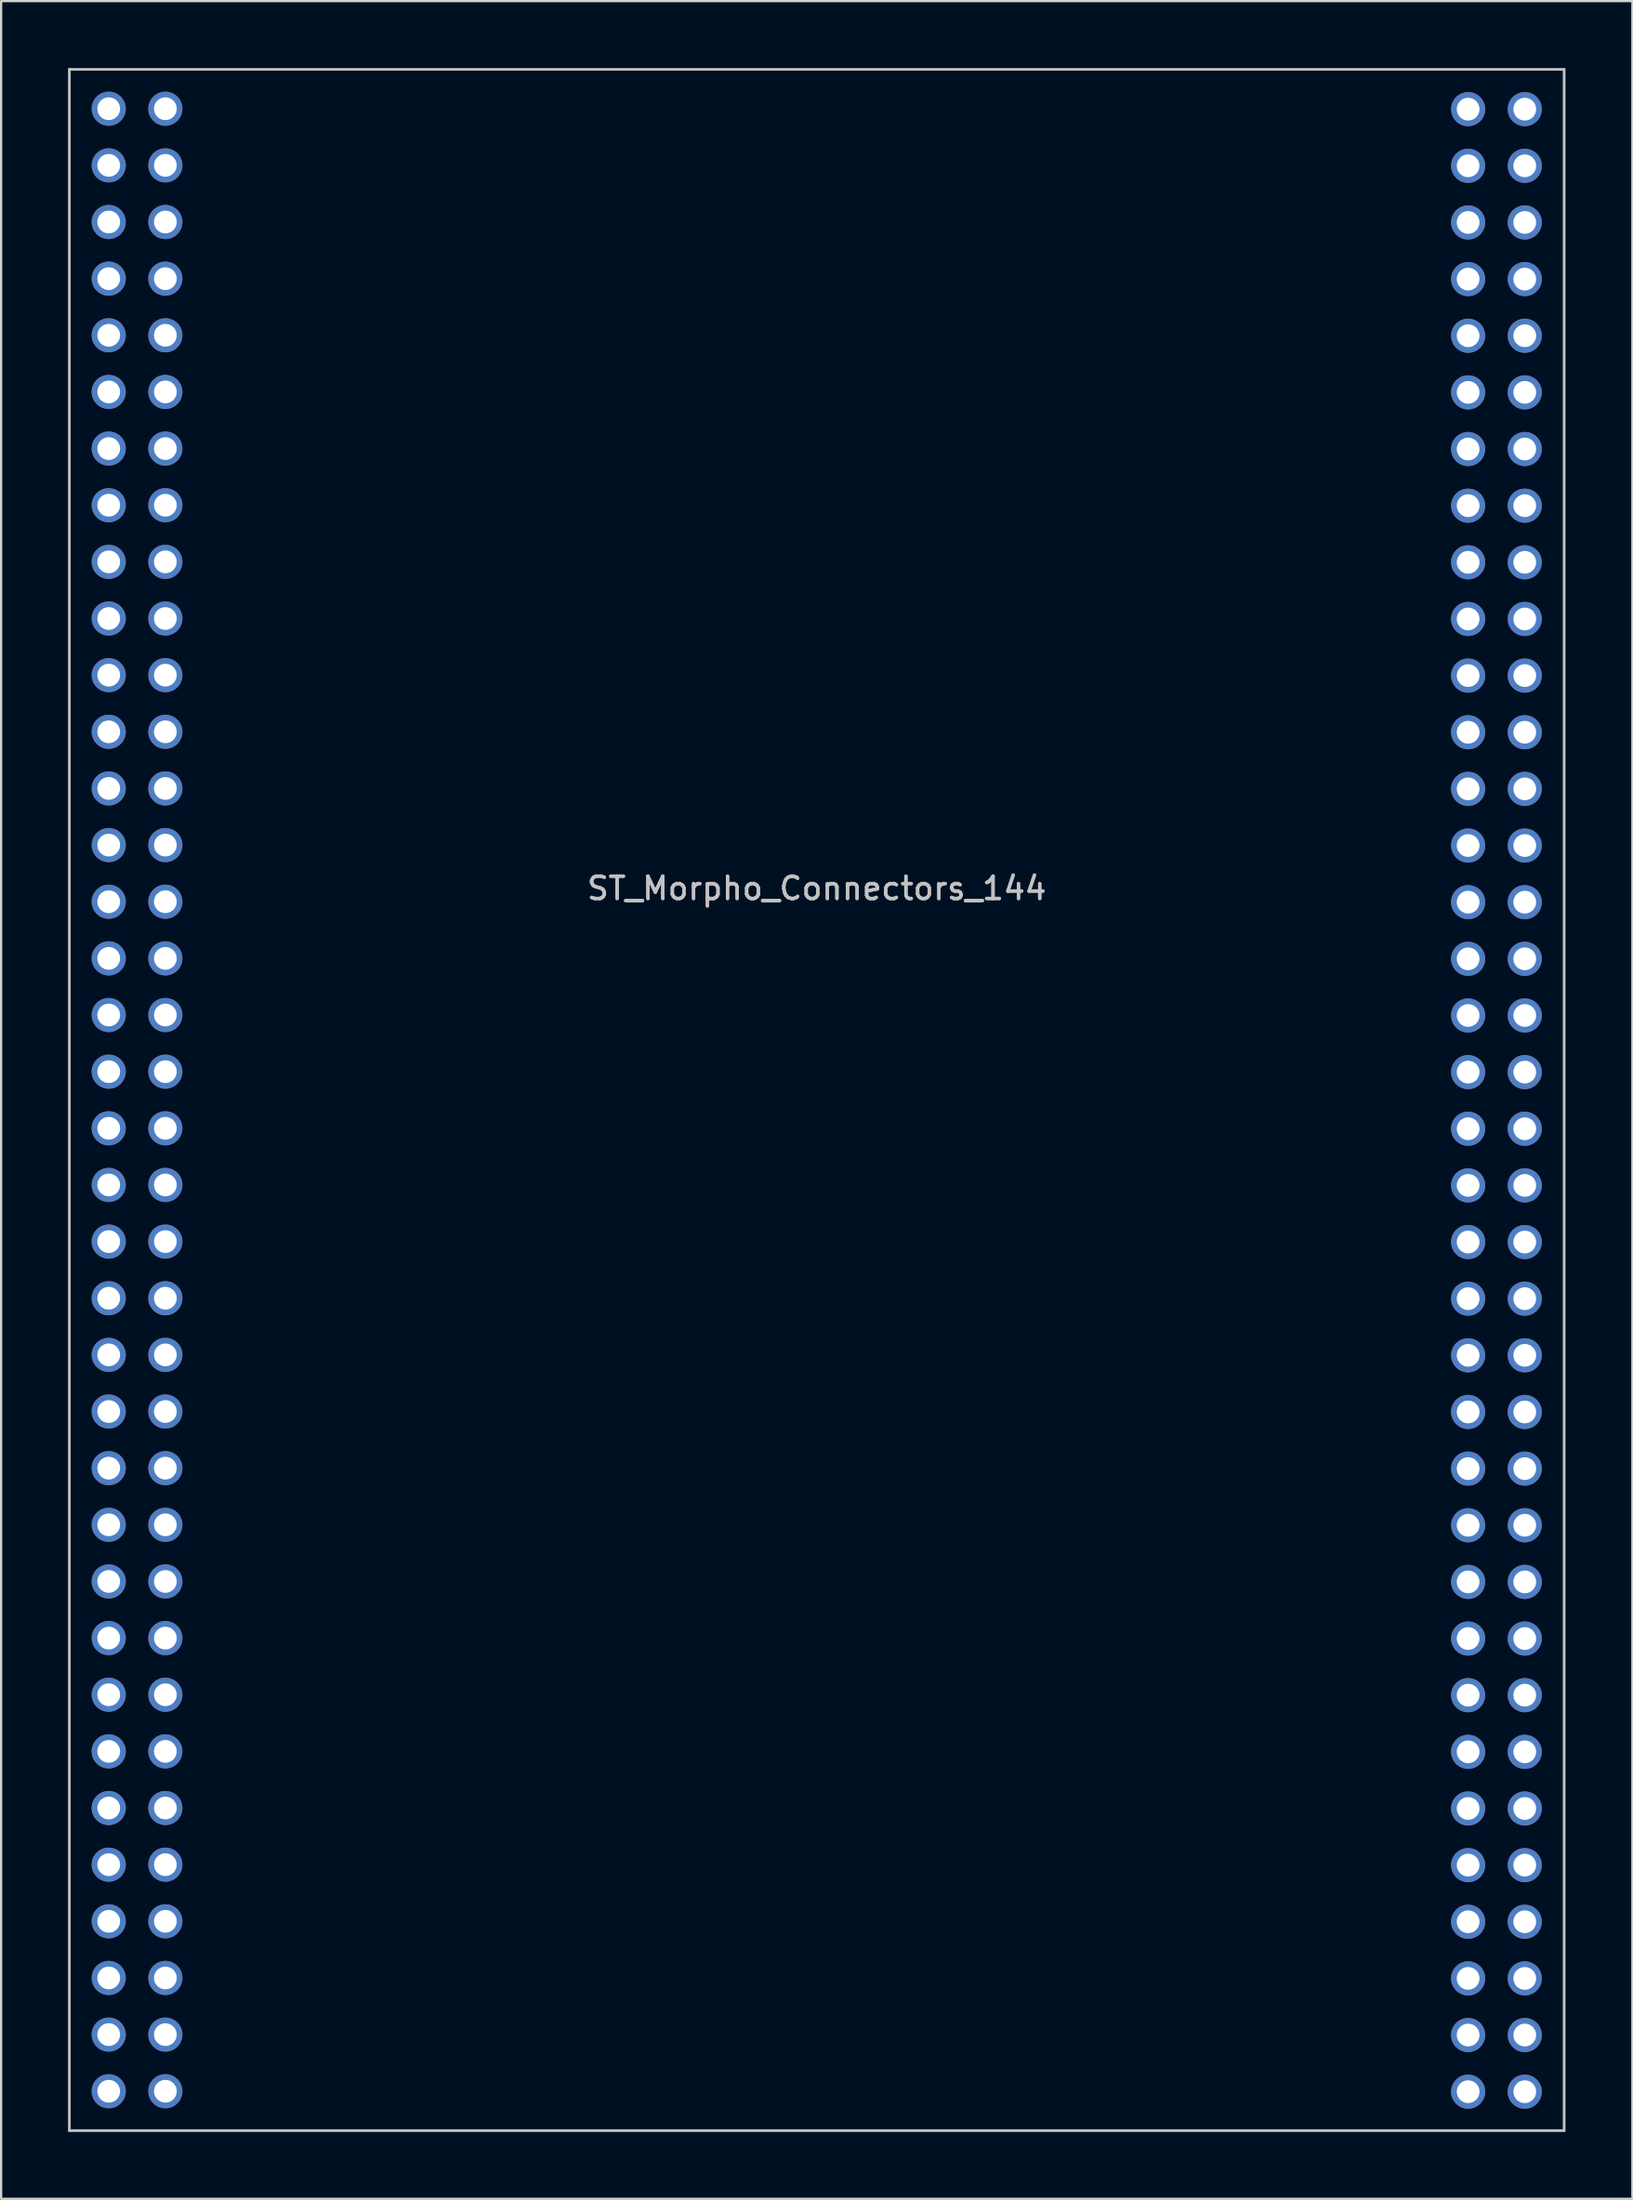
<source format=kicad_pcb>
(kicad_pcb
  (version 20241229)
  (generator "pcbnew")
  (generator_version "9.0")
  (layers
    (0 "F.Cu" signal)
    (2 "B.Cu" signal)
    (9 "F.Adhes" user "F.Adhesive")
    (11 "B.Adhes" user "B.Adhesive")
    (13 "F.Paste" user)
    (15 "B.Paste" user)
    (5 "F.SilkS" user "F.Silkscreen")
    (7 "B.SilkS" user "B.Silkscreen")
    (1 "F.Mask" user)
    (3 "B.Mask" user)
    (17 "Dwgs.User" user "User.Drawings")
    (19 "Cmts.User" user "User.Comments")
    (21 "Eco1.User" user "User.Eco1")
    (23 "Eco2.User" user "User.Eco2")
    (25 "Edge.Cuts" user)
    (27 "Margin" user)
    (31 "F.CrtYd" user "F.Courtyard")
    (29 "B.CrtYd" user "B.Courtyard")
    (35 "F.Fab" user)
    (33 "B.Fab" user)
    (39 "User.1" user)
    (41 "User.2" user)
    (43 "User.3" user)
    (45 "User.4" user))
  (footprint "ST_Morpho_Connectors_144"
    (layer "F.Cu")
    (at 33.62 36.65)
    (property "Reference" "ST_Morpho_Connectors_144" (at -0.045 0.13 0) (layer "Dwgs.User") (effects (font (size 1 1) (thickness 0.15))))
    (attr through_hole)
    (fp_line (start -33.56 -36.59) (end -33.56 55.84) (stroke (width 0.12) (type solid)) (layer "Dwgs.User"))
    (fp_line (start -33.56 -36.59) (end 33.47 -36.59) (stroke (width 0.12) (type solid)) (layer "Dwgs.User"))
    (fp_line (start -33.56 55.84) (end 33.47 55.84) (stroke (width 0.12) (type solid)) (layer "Dwgs.User"))
    (fp_line (start 33.47 -36.59) (end 33.47 55.84) (stroke (width 0.12) (type solid)) (layer "Dwgs.User"))
    (fp_text user "${REFERENCE}" (at -0.045 0.14 0) (layer "F.Fab") (effects (font (size 1 1) (thickness 0.15))))
    (pad "1" thru_hole circle (at -31.795 -34.825) (size 1.53 1.53) (drill 1.02) (layers "*.Cu" "*.Mask"))
    (pad "2" thru_hole circle (at -29.255 -34.825) (size 1.53 1.53) (drill 1.02) (layers "*.Cu" "*.Mask"))
    (pad "3" thru_hole circle (at -31.795 -32.285) (size 1.53 1.53) (drill 1.02) (layers "*.Cu" "*.Mask"))
    (pad "4" thru_hole circle (at -29.255 -32.285) (size 1.53 1.53) (drill 1.02) (layers "*.Cu" "*.Mask"))
    (pad "5" thru_hole circle (at -31.795 -29.745) (size 1.53 1.53) (drill 1.02) (layers "*.Cu" "*.Mask"))
    (pad "6" thru_hole circle (at -29.255 -29.745) (size 1.53 1.53) (drill 1.02) (layers "*.Cu" "*.Mask"))
    (pad "7" thru_hole circle (at -31.795 -27.205) (size 1.53 1.53) (drill 1.02) (layers "*.Cu" "*.Mask"))
    (pad "8" thru_hole circle (at -29.255 -27.205) (size 1.53 1.53) (drill 1.02) (layers "*.Cu" "*.Mask"))
    (pad "9" thru_hole circle (at -31.795 -24.665) (size 1.53 1.53) (drill 1.02) (layers "*.Cu" "*.Mask"))
    (pad "10" thru_hole circle (at -29.255 -24.665) (size 1.53 1.53) (drill 1.02) (layers "*.Cu" "*.Mask"))
    (pad "11" thru_hole circle (at -31.795 -22.125) (size 1.53 1.53) (drill 1.02) (layers "*.Cu" "*.Mask"))
    (pad "12" thru_hole circle (at -29.255 -22.125) (size 1.53 1.53) (drill 1.02) (layers "*.Cu" "*.Mask"))
    (pad "13" thru_hole circle (at -31.795 -19.585) (size 1.53 1.53) (drill 1.02) (layers "*.Cu" "*.Mask"))
    (pad "14" thru_hole circle (at -29.255 -19.585) (size 1.53 1.53) (drill 1.02) (layers "*.Cu" "*.Mask"))
    (pad "15" thru_hole circle (at -31.795 -17.045) (size 1.53 1.53) (drill 1.02) (layers "*.Cu" "*.Mask"))
    (pad "16" thru_hole circle (at -29.255 -17.045) (size 1.53 1.53) (drill 1.02) (layers "*.Cu" "*.Mask"))
    (pad "17" thru_hole circle (at -31.795 -14.505) (size 1.53 1.53) (drill 1.02) (layers "*.Cu" "*.Mask"))
    (pad "18" thru_hole circle (at -29.255 -14.505) (size 1.53 1.53) (drill 1.02) (layers "*.Cu" "*.Mask"))
    (pad "19" thru_hole circle (at -31.795 -11.965) (size 1.53 1.53) (drill 1.02) (layers "*.Cu" "*.Mask"))
    (pad "20" thru_hole circle (at -29.255 -11.965) (size 1.53 1.53) (drill 1.02) (layers "*.Cu" "*.Mask"))
    (pad "21" thru_hole circle (at -31.795 -9.425) (size 1.53 1.53) (drill 1.02) (layers "*.Cu" "*.Mask"))
    (pad "22" thru_hole circle (at -29.255 -9.425) (size 1.53 1.53) (drill 1.02) (layers "*.Cu" "*.Mask"))
    (pad "23" thru_hole circle (at -31.795 -6.885) (size 1.53 1.53) (drill 1.02) (layers "*.Cu" "*.Mask"))
    (pad "24" thru_hole circle (at -29.255 -6.885) (size 1.53 1.53) (drill 1.02) (layers "*.Cu" "*.Mask"))
    (pad "25" thru_hole circle (at -31.795 -4.345) (size 1.53 1.53) (drill 1.02) (layers "*.Cu" "*.Mask"))
    (pad "26" thru_hole circle (at -29.255 -4.345) (size 1.53 1.53) (drill 1.02) (layers "*.Cu" "*.Mask"))
    (pad "27" thru_hole circle (at -31.795 -1.805) (size 1.53 1.53) (drill 1.02) (layers "*.Cu" "*.Mask"))
    (pad "28" thru_hole circle (at -29.255 -1.805) (size 1.53 1.53) (drill 1.02) (layers "*.Cu" "*.Mask"))
    (pad "29" thru_hole circle (at -31.795 0.735) (size 1.53 1.53) (drill 1.02) (layers "*.Cu" "*.Mask"))
    (pad "30" thru_hole circle (at -29.255 0.735) (size 1.53 1.53) (drill 1.02) (layers "*.Cu" "*.Mask"))
    (pad "31" thru_hole circle (at -31.795 3.275) (size 1.53 1.53) (drill 1.02) (layers "*.Cu" "*.Mask"))
    (pad "32" thru_hole circle (at -29.255 3.275) (size 1.53 1.53) (drill 1.02) (layers "*.Cu" "*.Mask"))
    (pad "33" thru_hole circle (at -31.795 5.815) (size 1.53 1.53) (drill 1.02) (layers "*.Cu" "*.Mask"))
    (pad "34" thru_hole circle (at -29.255 5.815) (size 1.53 1.53) (drill 1.02) (layers "*.Cu" "*.Mask"))
    (pad "35" thru_hole circle (at -31.795 8.355) (size 1.53 1.53) (drill 1.02) (layers "*.Cu" "*.Mask"))
    (pad "36" thru_hole circle (at -29.255 8.355) (size 1.53 1.53) (drill 1.02) (layers "*.Cu" "*.Mask"))
    (pad "37" thru_hole circle (at -31.795 10.895) (size 1.53 1.53) (drill 1.02) (layers "*.Cu" "*.Mask"))
    (pad "38" thru_hole circle (at -29.255 10.895) (size 1.53 1.53) (drill 1.02) (layers "*.Cu" "*.Mask"))
    (pad "39" thru_hole circle (at -31.795 13.435) (size 1.53 1.53) (drill 1.02) (layers "*.Cu" "*.Mask"))
    (pad "40" thru_hole circle (at -29.255 13.435) (size 1.53 1.53) (drill 1.02) (layers "*.Cu" "*.Mask"))
    (pad "41" thru_hole circle (at -31.795 15.975) (size 1.53 1.53) (drill 1.02) (layers "*.Cu" "*.Mask"))
    (pad "42" thru_hole circle (at -29.255 15.975) (size 1.53 1.53) (drill 1.02) (layers "*.Cu" "*.Mask"))
    (pad "43" thru_hole circle (at -31.795 18.515) (size 1.53 1.53) (drill 1.02) (layers "*.Cu" "*.Mask"))
    (pad "44" thru_hole circle (at -29.255 18.515) (size 1.53 1.53) (drill 1.02) (layers "*.Cu" "*.Mask"))
    (pad "45" thru_hole circle (at -31.795 21.055) (size 1.53 1.53) (drill 1.02) (layers "*.Cu" "*.Mask"))
    (pad "46" thru_hole circle (at -29.255 21.055) (size 1.53 1.53) (drill 1.02) (layers "*.Cu" "*.Mask"))
    (pad "47" thru_hole circle (at -31.795 23.595) (size 1.53 1.53) (drill 1.02) (layers "*.Cu" "*.Mask"))
    (pad "48" thru_hole circle (at -29.255 23.595) (size 1.53 1.53) (drill 1.02) (layers "*.Cu" "*.Mask"))
    (pad "49" thru_hole circle (at -31.795 26.135) (size 1.53 1.53) (drill 1.02) (layers "*.Cu" "*.Mask"))
    (pad "50" thru_hole circle (at -29.255 26.135) (size 1.53 1.53) (drill 1.02) (layers "*.Cu" "*.Mask"))
    (pad "51" thru_hole circle (at -31.795 28.675) (size 1.53 1.53) (drill 1.02) (layers "*.Cu" "*.Mask"))
    (pad "52" thru_hole circle (at -29.255 28.675) (size 1.53 1.53) (drill 1.02) (layers "*.Cu" "*.Mask"))
    (pad "53" thru_hole circle (at -31.795 31.215) (size 1.53 1.53) (drill 1.02) (layers "*.Cu" "*.Mask"))
    (pad "54" thru_hole circle (at -29.255 31.215) (size 1.53 1.53) (drill 1.02) (layers "*.Cu" "*.Mask"))
    (pad "55" thru_hole circle (at -31.795 33.755) (size 1.53 1.53) (drill 1.02) (layers "*.Cu" "*.Mask"))
    (pad "56" thru_hole circle (at -29.255 33.755) (size 1.53 1.53) (drill 1.02) (layers "*.Cu" "*.Mask"))
    (pad "57" thru_hole circle (at -31.795 36.295) (size 1.53 1.53) (drill 1.02) (layers "*.Cu" "*.Mask"))
    (pad "58" thru_hole circle (at -29.255 36.295) (size 1.53 1.53) (drill 1.02) (layers "*.Cu" "*.Mask"))
    (pad "59" thru_hole circle (at -31.795 38.835) (size 1.53 1.53) (drill 1.02) (layers "*.Cu" "*.Mask"))
    (pad "60" thru_hole circle (at -29.255 38.835) (size 1.53 1.53) (drill 1.02) (layers "*.Cu" "*.Mask"))
    (pad "61" thru_hole circle (at -31.795 41.375) (size 1.53 1.53) (drill 1.02) (layers "*.Cu" "*.Mask"))
    (pad "62" thru_hole circle (at -29.255 41.375) (size 1.53 1.53) (drill 1.02) (layers "*.Cu" "*.Mask"))
    (pad "63" thru_hole circle (at -31.795 43.915) (size 1.53 1.53) (drill 1.02) (layers "*.Cu" "*.Mask"))
    (pad "64" thru_hole circle (at -29.255 43.915) (size 1.53 1.53) (drill 1.02) (layers "*.Cu" "*.Mask"))
    (pad "65" thru_hole circle (at -31.795 46.455) (size 1.53 1.53) (drill 1.02) (layers "*.Cu" "*.Mask"))
    (pad "66" thru_hole circle (at -29.255 46.455) (size 1.53 1.53) (drill 1.02) (layers "*.Cu" "*.Mask"))
    (pad "67" thru_hole circle (at -31.795 48.995) (size 1.53 1.53) (drill 1.02) (layers "*.Cu" "*.Mask"))
    (pad "68" thru_hole circle (at -29.255 48.995) (size 1.53 1.53) (drill 1.02) (layers "*.Cu" "*.Mask"))
    (pad "69" thru_hole circle (at -31.795 51.535) (size 1.53 1.53) (drill 1.02) (layers "*.Cu" "*.Mask"))
    (pad "70" thru_hole circle (at -29.255 51.535) (size 1.53 1.53) (drill 1.02) (layers "*.Cu" "*.Mask"))
    (pad "71" thru_hole circle (at -31.795 54.075) (size 1.53 1.53) (drill 1.02) (layers "*.Cu" "*.Mask"))
    (pad "72" thru_hole circle (at -29.255 54.075) (size 1.53 1.53) (drill 1.02) (layers "*.Cu" "*.Mask"))
    (pad "73" thru_hole circle (at 29.165 -34.805) (size 1.53 1.53) (drill 1.02) (layers "*.Cu" "*.Mask"))
    (pad "74" thru_hole circle (at 31.705 -34.805) (size 1.53 1.53) (drill 1.02) (layers "*.Cu" "*.Mask"))
    (pad "75" thru_hole circle (at 29.165 -32.265) (size 1.53 1.53) (drill 1.02) (layers "*.Cu" "*.Mask"))
    (pad "76" thru_hole circle (at 31.705 -32.265) (size 1.53 1.53) (drill 1.02) (layers "*.Cu" "*.Mask"))
    (pad "77" thru_hole circle (at 29.165 -29.725) (size 1.53 1.53) (drill 1.02) (layers "*.Cu" "*.Mask"))
    (pad "78" thru_hole circle (at 31.705 -29.725) (size 1.53 1.53) (drill 1.02) (layers "*.Cu" "*.Mask"))
    (pad "79" thru_hole circle (at 29.165 -27.185) (size 1.53 1.53) (drill 1.02) (layers "*.Cu" "*.Mask"))
    (pad "80" thru_hole circle (at 31.705 -27.185) (size 1.53 1.53) (drill 1.02) (layers "*.Cu" "*.Mask"))
    (pad "81" thru_hole circle (at 29.165 -24.645) (size 1.53 1.53) (drill 1.02) (layers "*.Cu" "*.Mask"))
    (pad "82" thru_hole circle (at 31.705 -24.645) (size 1.53 1.53) (drill 1.02) (layers "*.Cu" "*.Mask"))
    (pad "83" thru_hole circle (at 29.165 -22.105) (size 1.53 1.53) (drill 1.02) (layers "*.Cu" "*.Mask"))
    (pad "84" thru_hole circle (at 31.705 -22.105) (size 1.53 1.53) (drill 1.02) (layers "*.Cu" "*.Mask"))
    (pad "85" thru_hole circle (at 29.165 -19.565) (size 1.53 1.53) (drill 1.02) (layers "*.Cu" "*.Mask"))
    (pad "86" thru_hole circle (at 31.705 -19.565) (size 1.53 1.53) (drill 1.02) (layers "*.Cu" "*.Mask"))
    (pad "87" thru_hole circle (at 29.165 -17.025) (size 1.53 1.53) (drill 1.02) (layers "*.Cu" "*.Mask"))
    (pad "88" thru_hole circle (at 31.705 -17.025) (size 1.53 1.53) (drill 1.02) (layers "*.Cu" "*.Mask"))
    (pad "89" thru_hole circle (at 29.165 -14.485) (size 1.53 1.53) (drill 1.02) (layers "*.Cu" "*.Mask"))
    (pad "90" thru_hole circle (at 31.705 -14.485) (size 1.53 1.53) (drill 1.02) (layers "*.Cu" "*.Mask"))
    (pad "91" thru_hole circle (at 29.165 -11.945) (size 1.53 1.53) (drill 1.02) (layers "*.Cu" "*.Mask"))
    (pad "92" thru_hole circle (at 31.705 -11.945) (size 1.53 1.53) (drill 1.02) (layers "*.Cu" "*.Mask"))
    (pad "93" thru_hole circle (at 29.165 -9.405) (size 1.53 1.53) (drill 1.02) (layers "*.Cu" "*.Mask"))
    (pad "94" thru_hole circle (at 31.705 -9.405) (size 1.53 1.53) (drill 1.02) (layers "*.Cu" "*.Mask"))
    (pad "95" thru_hole circle (at 29.165 -6.865) (size 1.53 1.53) (drill 1.02) (layers "*.Cu" "*.Mask"))
    (pad "96" thru_hole circle (at 31.705 -6.865) (size 1.53 1.53) (drill 1.02) (layers "*.Cu" "*.Mask"))
    (pad "97" thru_hole circle (at 29.165 -4.325) (size 1.53 1.53) (drill 1.02) (layers "*.Cu" "*.Mask"))
    (pad "98" thru_hole circle (at 31.705 -4.325) (size 1.53 1.53) (drill 1.02) (layers "*.Cu" "*.Mask"))
    (pad "99" thru_hole circle (at 29.165 -1.785) (size 1.53 1.53) (drill 1.02) (layers "*.Cu" "*.Mask"))
    (pad "100" thru_hole circle (at 31.705 -1.785) (size 1.53 1.53) (drill 1.02) (layers "*.Cu" "*.Mask"))
    (pad "101" thru_hole circle (at 29.165 0.755) (size 1.53 1.53) (drill 1.02) (layers "*.Cu" "*.Mask"))
    (pad "102" thru_hole circle (at 31.705 0.755) (size 1.53 1.53) (drill 1.02) (layers "*.Cu" "*.Mask"))
    (pad "103" thru_hole circle (at 29.165 3.295) (size 1.53 1.53) (drill 1.02) (layers "*.Cu" "*.Mask"))
    (pad "104" thru_hole circle (at 31.705 3.295) (size 1.53 1.53) (drill 1.02) (layers "*.Cu" "*.Mask"))
    (pad "105" thru_hole circle (at 29.165 5.835) (size 1.53 1.53) (drill 1.02) (layers "*.Cu" "*.Mask"))
    (pad "106" thru_hole circle (at 31.705 5.835) (size 1.53 1.53) (drill 1.02) (layers "*.Cu" "*.Mask"))
    (pad "107" thru_hole circle (at 29.165 8.375) (size 1.53 1.53) (drill 1.02) (layers "*.Cu" "*.Mask"))
    (pad "108" thru_hole circle (at 31.705 8.375) (size 1.53 1.53) (drill 1.02) (layers "*.Cu" "*.Mask"))
    (pad "109" thru_hole circle (at 29.165 10.915) (size 1.53 1.53) (drill 1.02) (layers "*.Cu" "*.Mask"))
    (pad "110" thru_hole circle (at 31.705 10.915) (size 1.53 1.53) (drill 1.02) (layers "*.Cu" "*.Mask"))
    (pad "111" thru_hole circle (at 29.165 13.455) (size 1.53 1.53) (drill 1.02) (layers "*.Cu" "*.Mask"))
    (pad "112" thru_hole circle (at 31.705 13.455) (size 1.53 1.53) (drill 1.02) (layers "*.Cu" "*.Mask"))
    (pad "113" thru_hole circle (at 29.165 15.995) (size 1.53 1.53) (drill 1.02) (layers "*.Cu" "*.Mask"))
    (pad "114" thru_hole circle (at 31.705 15.995) (size 1.53 1.53) (drill 1.02) (layers "*.Cu" "*.Mask"))
    (pad "115" thru_hole circle (at 29.165 18.535) (size 1.53 1.53) (drill 1.02) (layers "*.Cu" "*.Mask"))
    (pad "116" thru_hole circle (at 31.705 18.535) (size 1.53 1.53) (drill 1.02) (layers "*.Cu" "*.Mask"))
    (pad "117" thru_hole circle (at 29.165 21.075) (size 1.53 1.53) (drill 1.02) (layers "*.Cu" "*.Mask"))
    (pad "118" thru_hole circle (at 31.705 21.075) (size 1.53 1.53) (drill 1.02) (layers "*.Cu" "*.Mask"))
    (pad "119" thru_hole circle (at 29.165 23.615) (size 1.53 1.53) (drill 1.02) (layers "*.Cu" "*.Mask"))
    (pad "120" thru_hole circle (at 31.705 23.615) (size 1.53 1.53) (drill 1.02) (layers "*.Cu" "*.Mask"))
    (pad "121" thru_hole circle (at 29.165 26.155) (size 1.53 1.53) (drill 1.02) (layers "*.Cu" "*.Mask"))
    (pad "122" thru_hole circle (at 31.705 26.155) (size 1.53 1.53) (drill 1.02) (layers "*.Cu" "*.Mask"))
    (pad "123" thru_hole circle (at 29.165 28.695) (size 1.53 1.53) (drill 1.02) (layers "*.Cu" "*.Mask"))
    (pad "124" thru_hole circle (at 31.705 28.695) (size 1.53 1.53) (drill 1.02) (layers "*.Cu" "*.Mask"))
    (pad "125" thru_hole circle (at 29.165 31.235) (size 1.53 1.53) (drill 1.02) (layers "*.Cu" "*.Mask"))
    (pad "126" thru_hole circle (at 31.705 31.235) (size 1.53 1.53) (drill 1.02) (layers "*.Cu" "*.Mask"))
    (pad "127" thru_hole circle (at 29.165 33.775) (size 1.53 1.53) (drill 1.02) (layers "*.Cu" "*.Mask"))
    (pad "128" thru_hole circle (at 31.705 33.775) (size 1.53 1.53) (drill 1.02) (layers "*.Cu" "*.Mask"))
    (pad "129" thru_hole circle (at 29.165 36.315) (size 1.53 1.53) (drill 1.02) (layers "*.Cu" "*.Mask"))
    (pad "130" thru_hole circle (at 31.705 36.315) (size 1.53 1.53) (drill 1.02) (layers "*.Cu" "*.Mask"))
    (pad "131" thru_hole circle (at 29.165 38.855) (size 1.53 1.53) (drill 1.02) (layers "*.Cu" "*.Mask"))
    (pad "132" thru_hole circle (at 31.705 38.855) (size 1.53 1.53) (drill 1.02) (layers "*.Cu" "*.Mask"))
    (pad "133" thru_hole circle (at 29.165 41.395) (size 1.53 1.53) (drill 1.02) (layers "*.Cu" "*.Mask"))
    (pad "134" thru_hole circle (at 31.705 41.395) (size 1.53 1.53) (drill 1.02) (layers "*.Cu" "*.Mask"))
    (pad "135" thru_hole circle (at 29.165 43.935) (size 1.53 1.53) (drill 1.02) (layers "*.Cu" "*.Mask"))
    (pad "136" thru_hole circle (at 31.705 43.935) (size 1.53 1.53) (drill 1.02) (layers "*.Cu" "*.Mask"))
    (pad "137" thru_hole circle (at 29.165 46.475) (size 1.53 1.53) (drill 1.02) (layers "*.Cu" "*.Mask"))
    (pad "138" thru_hole circle (at 31.705 46.475) (size 1.53 1.53) (drill 1.02) (layers "*.Cu" "*.Mask"))
    (pad "139" thru_hole circle (at 29.165 49.015) (size 1.53 1.53) (drill 1.02) (layers "*.Cu" "*.Mask"))
    (pad "140" thru_hole circle (at 31.705 49.015) (size 1.53 1.53) (drill 1.02) (layers "*.Cu" "*.Mask"))
    (pad "141" thru_hole circle (at 29.165 51.555) (size 1.53 1.53) (drill 1.02) (layers "*.Cu" "*.Mask"))
    (pad "142" thru_hole circle (at 31.705 51.555) (size 1.53 1.53) (drill 1.02) (layers "*.Cu" "*.Mask"))
    (pad "143" thru_hole circle (at 29.165 54.095) (size 1.53 1.53) (drill 1.02) (layers "*.Cu" "*.Mask"))
    (pad "144" thru_hole circle (at 31.705 54.095) (size 1.53 1.53) (drill 1.02) (layers "*.Cu" "*.Mask")))
  (gr_rect
    (start -3 -3)
    (end 70.15 95.55)
    (stroke (width 0.1) (type default))
    (fill no)
    (layer "Edge.Cuts")))
</source>
